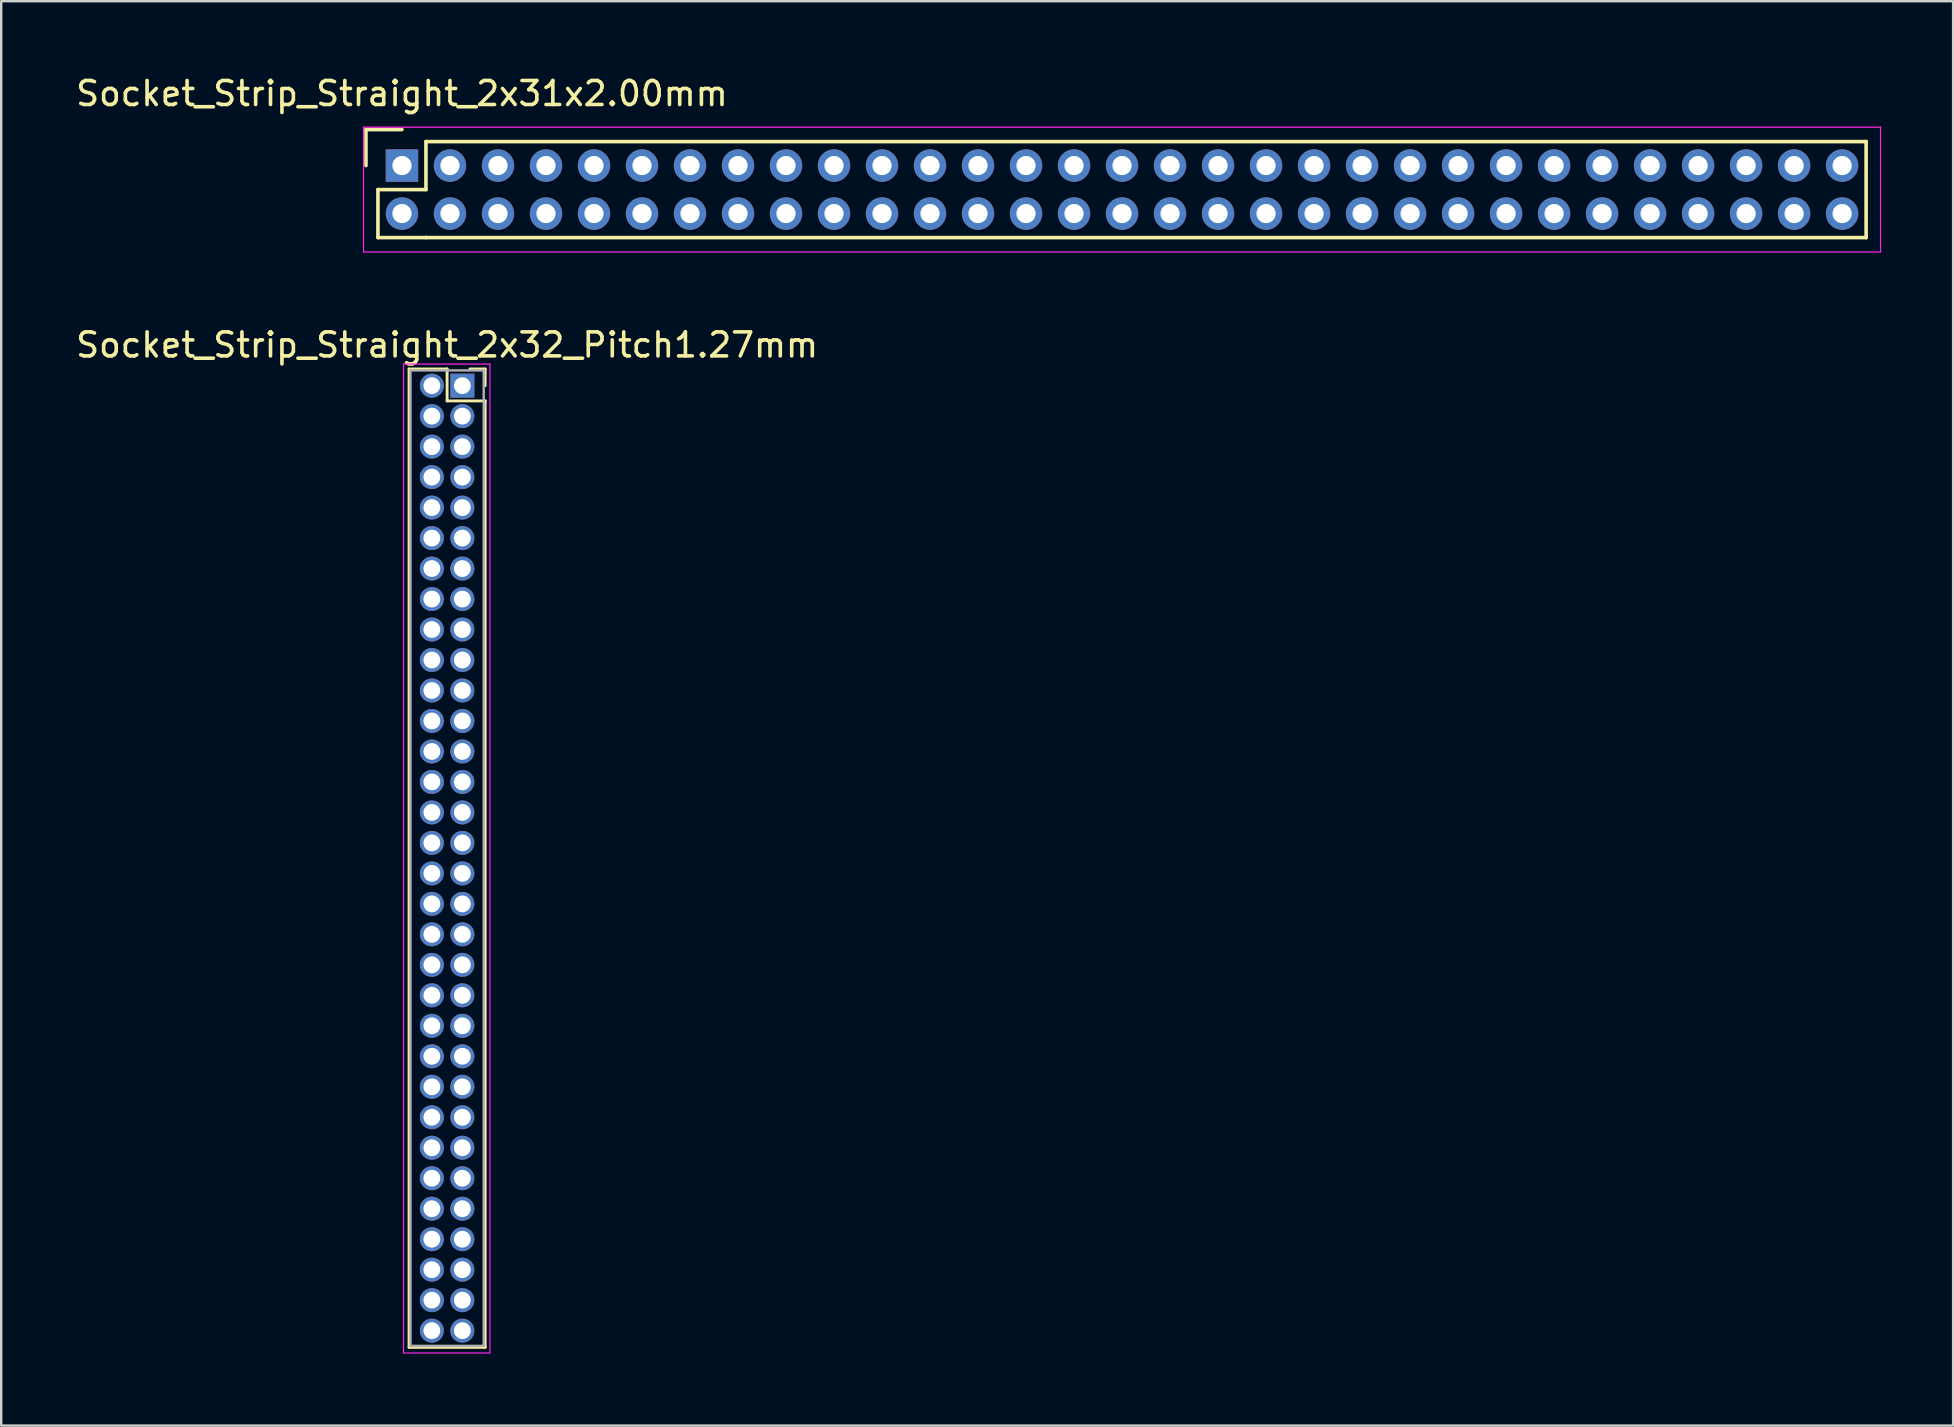
<source format=kicad_pcb>
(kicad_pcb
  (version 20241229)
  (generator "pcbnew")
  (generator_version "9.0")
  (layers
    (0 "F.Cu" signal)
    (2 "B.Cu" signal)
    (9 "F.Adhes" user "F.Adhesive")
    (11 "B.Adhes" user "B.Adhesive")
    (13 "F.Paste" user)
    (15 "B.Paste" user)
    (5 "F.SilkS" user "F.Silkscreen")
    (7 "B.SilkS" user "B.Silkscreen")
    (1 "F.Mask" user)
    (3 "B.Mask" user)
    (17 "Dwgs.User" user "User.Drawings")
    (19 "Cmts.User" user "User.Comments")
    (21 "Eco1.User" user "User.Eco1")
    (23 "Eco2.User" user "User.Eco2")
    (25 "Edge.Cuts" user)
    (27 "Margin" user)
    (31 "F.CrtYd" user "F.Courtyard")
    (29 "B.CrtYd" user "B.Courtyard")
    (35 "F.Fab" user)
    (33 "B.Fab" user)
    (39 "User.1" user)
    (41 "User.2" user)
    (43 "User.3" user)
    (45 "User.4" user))
  (footprint "Socket_Strip_Straight_2x31x2.00mm"
    (layer "F.Cu")
    (at 13.696 3.848)
    (property "Reference" "Socket_Strip_Straight_2x31x2.00mm" (at 0 -3 0) (layer "F.SilkS") (effects (font (size 1 1) (thickness 0.15))))
    (attr through_hole)
    (fp_line (start -1.5 -1.5) (end -1.5 0) (stroke (width 0.15) (type solid)) (layer "F.SilkS"))
    (fp_line (start -1 1) (end -1 3) (stroke (width 0.15) (type solid)) (layer "F.SilkS"))
    (fp_line (start -1 3) (end 1 3) (stroke (width 0.15) (type solid)) (layer "F.SilkS"))
    (fp_line (start 0 -1.5) (end -1.5 -1.5) (stroke (width 0.15) (type solid)) (layer "F.SilkS"))
    (fp_line (start 1 -1) (end 1 1) (stroke (width 0.15) (type solid)) (layer "F.SilkS"))
    (fp_line (start 1 1) (end -1 1) (stroke (width 0.15) (type solid)) (layer "F.SilkS"))
    (fp_line (start 1 3) (end 61 3) (stroke (width 0.15) (type solid)) (layer "F.SilkS"))
    (fp_line (start 61 -1) (end 1 -1) (stroke (width 0.15) (type solid)) (layer "F.SilkS"))
    (fp_line (start 61 3) (end 61 -1) (stroke (width 0.15) (type solid)) (layer "F.SilkS"))
    (fp_line (start -1.6 -1.6) (end -1.6 3.6) (stroke (width 0.05) (type solid)) (layer "F.CrtYd"))
    (fp_line (start -1.6 3.6) (end 61.6 3.6) (stroke (width 0.05) (type solid)) (layer "F.CrtYd"))
    (fp_line (start 61.6 -1.6) (end -1.6 -1.6) (stroke (width 0.05) (type solid)) (layer "F.CrtYd"))
    (fp_line (start 61.6 3.6) (end 61.6 -1.6) (stroke (width 0.05) (type solid)) (layer "F.CrtYd"))
    (pad "1" thru_hole rect (at 0 0) (size 1.35 1.35) (drill 0.8) (layers "*.Cu" "*.Mask"))
    (pad "2" thru_hole circle (at 0 2) (size 1.35 1.35) (drill 0.8) (layers "*.Cu" "*.Mask"))
    (pad "3" thru_hole circle (at 2 0) (size 1.35 1.35) (drill 0.8) (layers "*.Cu" "*.Mask"))
    (pad "4" thru_hole circle (at 2 2) (size 1.35 1.35) (drill 0.8) (layers "*.Cu" "*.Mask"))
    (pad "5" thru_hole circle (at 4 0) (size 1.35 1.35) (drill 0.8) (layers "*.Cu" "*.Mask"))
    (pad "6" thru_hole circle (at 4 2) (size 1.35 1.35) (drill 0.8) (layers "*.Cu" "*.Mask"))
    (pad "7" thru_hole circle (at 6 0) (size 1.35 1.35) (drill 0.8) (layers "*.Cu" "*.Mask"))
    (pad "8" thru_hole circle (at 6 2) (size 1.35 1.35) (drill 0.8) (layers "*.Cu" "*.Mask"))
    (pad "9" thru_hole circle (at 8 0) (size 1.35 1.35) (drill 0.8) (layers "*.Cu" "*.Mask"))
    (pad "10" thru_hole circle (at 8 2) (size 1.35 1.35) (drill 0.8) (layers "*.Cu" "*.Mask"))
    (pad "11" thru_hole circle (at 10 0) (size 1.35 1.35) (drill 0.8) (layers "*.Cu" "*.Mask"))
    (pad "12" thru_hole circle (at 10 2) (size 1.35 1.35) (drill 0.8) (layers "*.Cu" "*.Mask"))
    (pad "13" thru_hole circle (at 12 0) (size 1.35 1.35) (drill 0.8) (layers "*.Cu" "*.Mask"))
    (pad "14" thru_hole circle (at 12 2) (size 1.35 1.35) (drill 0.8) (layers "*.Cu" "*.Mask"))
    (pad "15" thru_hole circle (at 14 0) (size 1.35 1.35) (drill 0.8) (layers "*.Cu" "*.Mask"))
    (pad "16" thru_hole circle (at 14 2) (size 1.35 1.35) (drill 0.8) (layers "*.Cu" "*.Mask"))
    (pad "17" thru_hole circle (at 16 0) (size 1.35 1.35) (drill 0.8) (layers "*.Cu" "*.Mask"))
    (pad "18" thru_hole circle (at 16 2) (size 1.35 1.35) (drill 0.8) (layers "*.Cu" "*.Mask"))
    (pad "19" thru_hole circle (at 18 0) (size 1.35 1.35) (drill 0.8) (layers "*.Cu" "*.Mask"))
    (pad "20" thru_hole circle (at 18 2) (size 1.35 1.35) (drill 0.8) (layers "*.Cu" "*.Mask"))
    (pad "21" thru_hole circle (at 20 0) (size 1.35 1.35) (drill 0.8) (layers "*.Cu" "*.Mask"))
    (pad "22" thru_hole circle (at 20 2) (size 1.35 1.35) (drill 0.8) (layers "*.Cu" "*.Mask"))
    (pad "23" thru_hole circle (at 22 0) (size 1.35 1.35) (drill 0.8) (layers "*.Cu" "*.Mask"))
    (pad "24" thru_hole circle (at 22 2) (size 1.35 1.35) (drill 0.8) (layers "*.Cu" "*.Mask"))
    (pad "25" thru_hole circle (at 24 0) (size 1.35 1.35) (drill 0.8) (layers "*.Cu" "*.Mask"))
    (pad "26" thru_hole circle (at 24 2) (size 1.35 1.35) (drill 0.8) (layers "*.Cu" "*.Mask"))
    (pad "27" thru_hole circle (at 26 0) (size 1.35 1.35) (drill 0.8) (layers "*.Cu" "*.Mask"))
    (pad "28" thru_hole circle (at 26 2) (size 1.35 1.35) (drill 0.8) (layers "*.Cu" "*.Mask"))
    (pad "29" thru_hole circle (at 28 0) (size 1.35 1.35) (drill 0.8) (layers "*.Cu" "*.Mask"))
    (pad "30" thru_hole circle (at 28 2) (size 1.35 1.35) (drill 0.8) (layers "*.Cu" "*.Mask"))
    (pad "31" thru_hole circle (at 30 0) (size 1.35 1.35) (drill 0.8) (layers "*.Cu" "*.Mask"))
    (pad "32" thru_hole circle (at 30 2) (size 1.35 1.35) (drill 0.8) (layers "*.Cu" "*.Mask"))
    (pad "33" thru_hole circle (at 32 0) (size 1.35 1.35) (drill 0.8) (layers "*.Cu" "*.Mask"))
    (pad "34" thru_hole circle (at 32 2) (size 1.35 1.35) (drill 0.8) (layers "*.Cu" "*.Mask"))
    (pad "35" thru_hole circle (at 34 0) (size 1.35 1.35) (drill 0.8) (layers "*.Cu" "*.Mask"))
    (pad "36" thru_hole circle (at 34 2) (size 1.35 1.35) (drill 0.8) (layers "*.Cu" "*.Mask"))
    (pad "37" thru_hole circle (at 36 0) (size 1.35 1.35) (drill 0.8) (layers "*.Cu" "*.Mask"))
    (pad "38" thru_hole circle (at 36 2) (size 1.35 1.35) (drill 0.8) (layers "*.Cu" "*.Mask"))
    (pad "39" thru_hole circle (at 38 0) (size 1.35 1.35) (drill 0.8) (layers "*.Cu" "*.Mask"))
    (pad "40" thru_hole circle (at 38 2) (size 1.35 1.35) (drill 0.8) (layers "*.Cu" "*.Mask"))
    (pad "41" thru_hole circle (at 40 0) (size 1.35 1.35) (drill 0.8) (layers "*.Cu" "*.Mask"))
    (pad "42" thru_hole circle (at 40 2) (size 1.35 1.35) (drill 0.8) (layers "*.Cu" "*.Mask"))
    (pad "43" thru_hole circle (at 42 0) (size 1.35 1.35) (drill 0.8) (layers "*.Cu" "*.Mask"))
    (pad "44" thru_hole circle (at 42 2) (size 1.35 1.35) (drill 0.8) (layers "*.Cu" "*.Mask"))
    (pad "45" thru_hole circle (at 44 0) (size 1.35 1.35) (drill 0.8) (layers "*.Cu" "*.Mask"))
    (pad "46" thru_hole circle (at 44 2) (size 1.35 1.35) (drill 0.8) (layers "*.Cu" "*.Mask"))
    (pad "47" thru_hole circle (at 46 0) (size 1.35 1.35) (drill 0.8) (layers "*.Cu" "*.Mask"))
    (pad "48" thru_hole circle (at 46 2) (size 1.35 1.35) (drill 0.8) (layers "*.Cu" "*.Mask"))
    (pad "49" thru_hole circle (at 48 0) (size 1.35 1.35) (drill 0.8) (layers "*.Cu" "*.Mask"))
    (pad "50" thru_hole circle (at 48 2) (size 1.35 1.35) (drill 0.8) (layers "*.Cu" "*.Mask"))
    (pad "51" thru_hole circle (at 50 0) (size 1.35 1.35) (drill 0.8) (layers "*.Cu" "*.Mask"))
    (pad "52" thru_hole circle (at 50 2) (size 1.35 1.35) (drill 0.8) (layers "*.Cu" "*.Mask"))
    (pad "53" thru_hole circle (at 52 0) (size 1.35 1.35) (drill 0.8) (layers "*.Cu" "*.Mask"))
    (pad "54" thru_hole circle (at 52 2) (size 1.35 1.35) (drill 0.8) (layers "*.Cu" "*.Mask"))
    (pad "55" thru_hole circle (at 54 0) (size 1.35 1.35) (drill 0.8) (layers "*.Cu" "*.Mask"))
    (pad "56" thru_hole circle (at 54 2) (size 1.35 1.35) (drill 0.8) (layers "*.Cu" "*.Mask"))
    (pad "57" thru_hole circle (at 56 0) (size 1.35 1.35) (drill 0.8) (layers "*.Cu" "*.Mask"))
    (pad "58" thru_hole circle (at 56 2) (size 1.35 1.35) (drill 0.8) (layers "*.Cu" "*.Mask"))
    (pad "59" thru_hole circle (at 58 0) (size 1.35 1.35) (drill 0.8) (layers "*.Cu" "*.Mask"))
    (pad "60" thru_hole circle (at 58 2) (size 1.35 1.35) (drill 0.8) (layers "*.Cu" "*.Mask"))
    (pad "61" thru_hole circle (at 60 0) (size 1.35 1.35) (drill 0.8) (layers "*.Cu" "*.Mask"))
    (pad "62" thru_hole circle (at 60 2) (size 1.35 1.35) (drill 0.8) (layers "*.Cu" "*.Mask")))
  (footprint "Socket_Strip_Straight_2x32_Pitch1.27mm"
    (layer "F.Cu")
    (at 16.212 13.017)
    (property "Reference" "Socket_Strip_Straight_2x32_Pitch1.27mm" (at -0.635 -1.695 0) (layer "F.SilkS") (effects (font (size 1 1) (thickness 0.15))))
    (attr through_hole)
    (fp_line (start -2.22 -0.695) (end -0.635 -0.695) (stroke (width 0.12) (type solid)) (layer "F.SilkS"))
    (fp_line (start -2.22 40.065) (end -2.22 -0.695) (stroke (width 0.12) (type solid)) (layer "F.SilkS"))
    (fp_line (start -0.635 -0.695) (end -0.635 0.635) (stroke (width 0.12) (type solid)) (layer "F.SilkS"))
    (fp_line (start -0.635 0.635) (end 0.95 0.635) (stroke (width 0.12) (type solid)) (layer "F.SilkS"))
    (fp_line (start 0.95 -0.695) (end 0.315 -0.695) (stroke (width 0.12) (type solid)) (layer "F.SilkS"))
    (fp_line (start 0.95 0) (end 0.95 -0.695) (stroke (width 0.12) (type solid)) (layer "F.SilkS"))
    (fp_line (start 0.95 0.635) (end 0.95 40.065) (stroke (width 0.12) (type solid)) (layer "F.SilkS"))
    (fp_line (start 0.95 40.065) (end -2.22 40.065) (stroke (width 0.12) (type solid)) (layer "F.SilkS"))
    (fp_line (start -2.45 -0.9) (end -2.45 40.3) (stroke (width 0.05) (type solid)) (layer "F.CrtYd"))
    (fp_line (start -2.45 40.3) (end 1.15 40.3) (stroke (width 0.05) (type solid)) (layer "F.CrtYd"))
    (fp_line (start 1.15 -0.9) (end -2.45 -0.9) (stroke (width 0.05) (type solid)) (layer "F.CrtYd"))
    (fp_line (start 1.15 40.3) (end 1.15 -0.9) (stroke (width 0.05) (type solid)) (layer "F.CrtYd"))
    (fp_line (start -2.16 -0.635) (end -2.16 40.005) (stroke (width 0.1) (type solid)) (layer "F.Fab"))
    (fp_line (start -2.16 40.005) (end 0.89 40.005) (stroke (width 0.1) (type solid)) (layer "F.Fab"))
    (fp_line (start 0.89 -0.635) (end -2.16 -0.635) (stroke (width 0.1) (type solid)) (layer "F.Fab"))
    (fp_line (start 0.89 40.005) (end 0.89 -0.635) (stroke (width 0.1) (type solid)) (layer "F.Fab"))
    (pad "1" thru_hole rect (at 0 0) (size 1 1) (drill 0.7) (layers "*.Cu" "*.Mask"))
    (pad "2" thru_hole oval (at -1.27 0) (size 1 1) (drill 0.7) (layers "*.Cu" "*.Mask"))
    (pad "3" thru_hole oval (at 0 1.27) (size 1 1) (drill 0.7) (layers "*.Cu" "*.Mask"))
    (pad "4" thru_hole oval (at -1.27 1.27) (size 1 1) (drill 0.7) (layers "*.Cu" "*.Mask"))
    (pad "5" thru_hole oval (at 0 2.54) (size 1 1) (drill 0.7) (layers "*.Cu" "*.Mask"))
    (pad "6" thru_hole oval (at -1.27 2.54) (size 1 1) (drill 0.7) (layers "*.Cu" "*.Mask"))
    (pad "7" thru_hole oval (at 0 3.81) (size 1 1) (drill 0.7) (layers "*.Cu" "*.Mask"))
    (pad "8" thru_hole oval (at -1.27 3.81) (size 1 1) (drill 0.7) (layers "*.Cu" "*.Mask"))
    (pad "9" thru_hole oval (at 0 5.08) (size 1 1) (drill 0.7) (layers "*.Cu" "*.Mask"))
    (pad "10" thru_hole oval (at -1.27 5.08) (size 1 1) (drill 0.7) (layers "*.Cu" "*.Mask"))
    (pad "11" thru_hole oval (at 0 6.35) (size 1 1) (drill 0.7) (layers "*.Cu" "*.Mask"))
    (pad "12" thru_hole oval (at -1.27 6.35) (size 1 1) (drill 0.7) (layers "*.Cu" "*.Mask"))
    (pad "13" thru_hole oval (at 0 7.62) (size 1 1) (drill 0.7) (layers "*.Cu" "*.Mask"))
    (pad "14" thru_hole oval (at -1.27 7.62) (size 1 1) (drill 0.7) (layers "*.Cu" "*.Mask"))
    (pad "15" thru_hole oval (at 0 8.89) (size 1 1) (drill 0.7) (layers "*.Cu" "*.Mask"))
    (pad "16" thru_hole oval (at -1.27 8.89) (size 1 1) (drill 0.7) (layers "*.Cu" "*.Mask"))
    (pad "17" thru_hole oval (at 0 10.16) (size 1 1) (drill 0.7) (layers "*.Cu" "*.Mask"))
    (pad "18" thru_hole oval (at -1.27 10.16) (size 1 1) (drill 0.7) (layers "*.Cu" "*.Mask"))
    (pad "19" thru_hole oval (at 0 11.43) (size 1 1) (drill 0.7) (layers "*.Cu" "*.Mask"))
    (pad "20" thru_hole oval (at -1.27 11.43) (size 1 1) (drill 0.7) (layers "*.Cu" "*.Mask"))
    (pad "21" thru_hole oval (at 0 12.7) (size 1 1) (drill 0.7) (layers "*.Cu" "*.Mask"))
    (pad "22" thru_hole oval (at -1.27 12.7) (size 1 1) (drill 0.7) (layers "*.Cu" "*.Mask"))
    (pad "23" thru_hole oval (at 0 13.97) (size 1 1) (drill 0.7) (layers "*.Cu" "*.Mask"))
    (pad "24" thru_hole oval (at -1.27 13.97) (size 1 1) (drill 0.7) (layers "*.Cu" "*.Mask"))
    (pad "25" thru_hole oval (at 0 15.24) (size 1 1) (drill 0.7) (layers "*.Cu" "*.Mask"))
    (pad "26" thru_hole oval (at -1.27 15.24) (size 1 1) (drill 0.7) (layers "*.Cu" "*.Mask"))
    (pad "27" thru_hole oval (at 0 16.51) (size 1 1) (drill 0.7) (layers "*.Cu" "*.Mask"))
    (pad "28" thru_hole oval (at -1.27 16.51) (size 1 1) (drill 0.7) (layers "*.Cu" "*.Mask"))
    (pad "29" thru_hole oval (at 0 17.78) (size 1 1) (drill 0.7) (layers "*.Cu" "*.Mask"))
    (pad "30" thru_hole oval (at -1.27 17.78) (size 1 1) (drill 0.7) (layers "*.Cu" "*.Mask"))
    (pad "31" thru_hole oval (at 0 19.05) (size 1 1) (drill 0.7) (layers "*.Cu" "*.Mask"))
    (pad "32" thru_hole oval (at -1.27 19.05) (size 1 1) (drill 0.7) (layers "*.Cu" "*.Mask"))
    (pad "33" thru_hole oval (at 0 20.32) (size 1 1) (drill 0.7) (layers "*.Cu" "*.Mask"))
    (pad "34" thru_hole oval (at -1.27 20.32) (size 1 1) (drill 0.7) (layers "*.Cu" "*.Mask"))
    (pad "35" thru_hole oval (at 0 21.59) (size 1 1) (drill 0.7) (layers "*.Cu" "*.Mask"))
    (pad "36" thru_hole oval (at -1.27 21.59) (size 1 1) (drill 0.7) (layers "*.Cu" "*.Mask"))
    (pad "37" thru_hole oval (at 0 22.86) (size 1 1) (drill 0.7) (layers "*.Cu" "*.Mask"))
    (pad "38" thru_hole oval (at -1.27 22.86) (size 1 1) (drill 0.7) (layers "*.Cu" "*.Mask"))
    (pad "39" thru_hole oval (at 0 24.13) (size 1 1) (drill 0.7) (layers "*.Cu" "*.Mask"))
    (pad "40" thru_hole oval (at -1.27 24.13) (size 1 1) (drill 0.7) (layers "*.Cu" "*.Mask"))
    (pad "41" thru_hole oval (at 0 25.4) (size 1 1) (drill 0.7) (layers "*.Cu" "*.Mask"))
    (pad "42" thru_hole oval (at -1.27 25.4) (size 1 1) (drill 0.7) (layers "*.Cu" "*.Mask"))
    (pad "43" thru_hole oval (at 0 26.67) (size 1 1) (drill 0.7) (layers "*.Cu" "*.Mask"))
    (pad "44" thru_hole oval (at -1.27 26.67) (size 1 1) (drill 0.7) (layers "*.Cu" "*.Mask"))
    (pad "45" thru_hole oval (at 0 27.94) (size 1 1) (drill 0.7) (layers "*.Cu" "*.Mask"))
    (pad "46" thru_hole oval (at -1.27 27.94) (size 1 1) (drill 0.7) (layers "*.Cu" "*.Mask"))
    (pad "47" thru_hole oval (at 0 29.21) (size 1 1) (drill 0.7) (layers "*.Cu" "*.Mask"))
    (pad "48" thru_hole oval (at -1.27 29.21) (size 1 1) (drill 0.7) (layers "*.Cu" "*.Mask"))
    (pad "49" thru_hole oval (at 0 30.48) (size 1 1) (drill 0.7) (layers "*.Cu" "*.Mask"))
    (pad "50" thru_hole oval (at -1.27 30.48) (size 1 1) (drill 0.7) (layers "*.Cu" "*.Mask"))
    (pad "51" thru_hole oval (at 0 31.75) (size 1 1) (drill 0.7) (layers "*.Cu" "*.Mask"))
    (pad "52" thru_hole oval (at -1.27 31.75) (size 1 1) (drill 0.7) (layers "*.Cu" "*.Mask"))
    (pad "53" thru_hole oval (at 0 33.02) (size 1 1) (drill 0.7) (layers "*.Cu" "*.Mask"))
    (pad "54" thru_hole oval (at -1.27 33.02) (size 1 1) (drill 0.7) (layers "*.Cu" "*.Mask"))
    (pad "55" thru_hole oval (at 0 34.29) (size 1 1) (drill 0.7) (layers "*.Cu" "*.Mask"))
    (pad "56" thru_hole oval (at -1.27 34.29) (size 1 1) (drill 0.7) (layers "*.Cu" "*.Mask"))
    (pad "57" thru_hole oval (at 0 35.56) (size 1 1) (drill 0.7) (layers "*.Cu" "*.Mask"))
    (pad "58" thru_hole oval (at -1.27 35.56) (size 1 1) (drill 0.7) (layers "*.Cu" "*.Mask"))
    (pad "59" thru_hole oval (at 0 36.83) (size 1 1) (drill 0.7) (layers "*.Cu" "*.Mask"))
    (pad "60" thru_hole oval (at -1.27 36.83) (size 1 1) (drill 0.7) (layers "*.Cu" "*.Mask"))
    (pad "61" thru_hole oval (at 0 38.1) (size 1 1) (drill 0.7) (layers "*.Cu" "*.Mask"))
    (pad "62" thru_hole oval (at -1.27 38.1) (size 1 1) (drill 0.7) (layers "*.Cu" "*.Mask"))
    (pad "63" thru_hole oval (at 0 39.37) (size 1 1) (drill 0.7) (layers "*.Cu" "*.Mask"))
    (pad "64" thru_hole oval (at -1.27 39.37) (size 1 1) (drill 0.7) (layers "*.Cu" "*.Mask")))
  (gr_rect
    (start -3 -3)
    (end 78.321 56.342)
    (stroke (width 0.1) (type default))
    (fill no)
    (layer "Edge.Cuts")))
</source>
